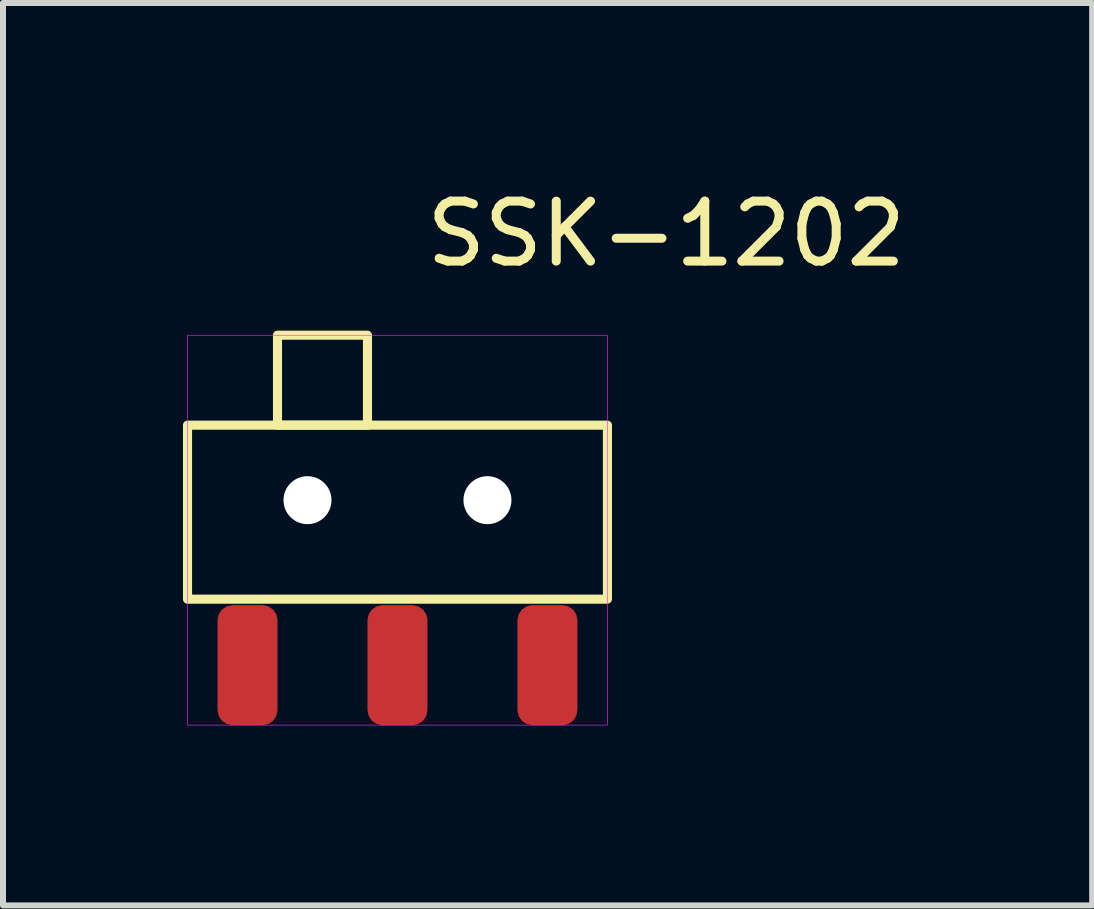
<source format=kicad_pcb>
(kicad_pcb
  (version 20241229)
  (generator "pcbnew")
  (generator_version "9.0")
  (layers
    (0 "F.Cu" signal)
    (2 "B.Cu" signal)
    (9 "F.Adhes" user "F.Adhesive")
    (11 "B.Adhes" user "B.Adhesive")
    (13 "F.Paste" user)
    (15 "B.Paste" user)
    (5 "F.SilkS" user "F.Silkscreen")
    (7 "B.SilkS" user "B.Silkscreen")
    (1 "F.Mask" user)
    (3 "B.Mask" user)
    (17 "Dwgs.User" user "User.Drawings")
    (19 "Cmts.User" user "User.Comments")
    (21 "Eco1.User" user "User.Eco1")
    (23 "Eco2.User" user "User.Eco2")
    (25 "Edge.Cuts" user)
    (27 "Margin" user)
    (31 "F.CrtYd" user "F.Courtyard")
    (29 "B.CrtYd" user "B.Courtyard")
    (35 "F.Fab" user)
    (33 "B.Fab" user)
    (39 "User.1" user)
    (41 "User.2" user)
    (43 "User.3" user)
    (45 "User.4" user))
  (footprint "SSK-1202"
    (layer "F.Cu")
    (at 3.576 8.038)
    (property "Reference" "SSK-1202" (at 4.48 -7.19 0) (unlocked yes) (layer "F.SilkS") (effects (font (size 1 1) (thickness 0.15))))
    (attr smd)
    (fp_rect (start -3.5 -1.1) (end 3.5 -4) (stroke (width 0.152) (type solid)) (fill no) (layer "F.SilkS"))
    (fp_rect (start -2 -5.5) (end -0.5 -4) (stroke (width 0.152) (type solid)) (fill no) (layer "F.SilkS"))
    (fp_rect (start -3.5 -5.5) (end 3.5 1) (stroke (width 0.01) (type solid)) (fill no) (layer "F.CrtYd"))
    (pad "" np_thru_hole circle (at -1.5 -2.75) (size 0.8 0.8) (drill 0.8) (layers "*.Cu" "*.Mask"))
    (pad "" np_thru_hole circle (at 1.5 -2.75) (size 0.8 0.8) (drill 0.8) (layers "*.Cu" "*.Mask"))
    (pad "1" smd roundrect (at -2.5 0) (size 1 2) (layers "F.Cu" "F.Mask" "F.Paste") (roundrect_rratio 0.25))
    (pad "2" smd roundrect (at 0 0) (size 1 2) (layers "F.Cu" "F.Mask" "F.Paste") (roundrect_rratio 0.25))
    (pad "3" smd roundrect (at 2.5 0) (size 1 2) (layers "F.Cu" "F.Mask" "F.Paste") (roundrect_rratio 0.25)))
  (gr_rect
    (start -3 -3)
    (end 15.157 12.043)
    (stroke (width 0.1) (type default))
    (fill no)
    (layer "Edge.Cuts")))
</source>
